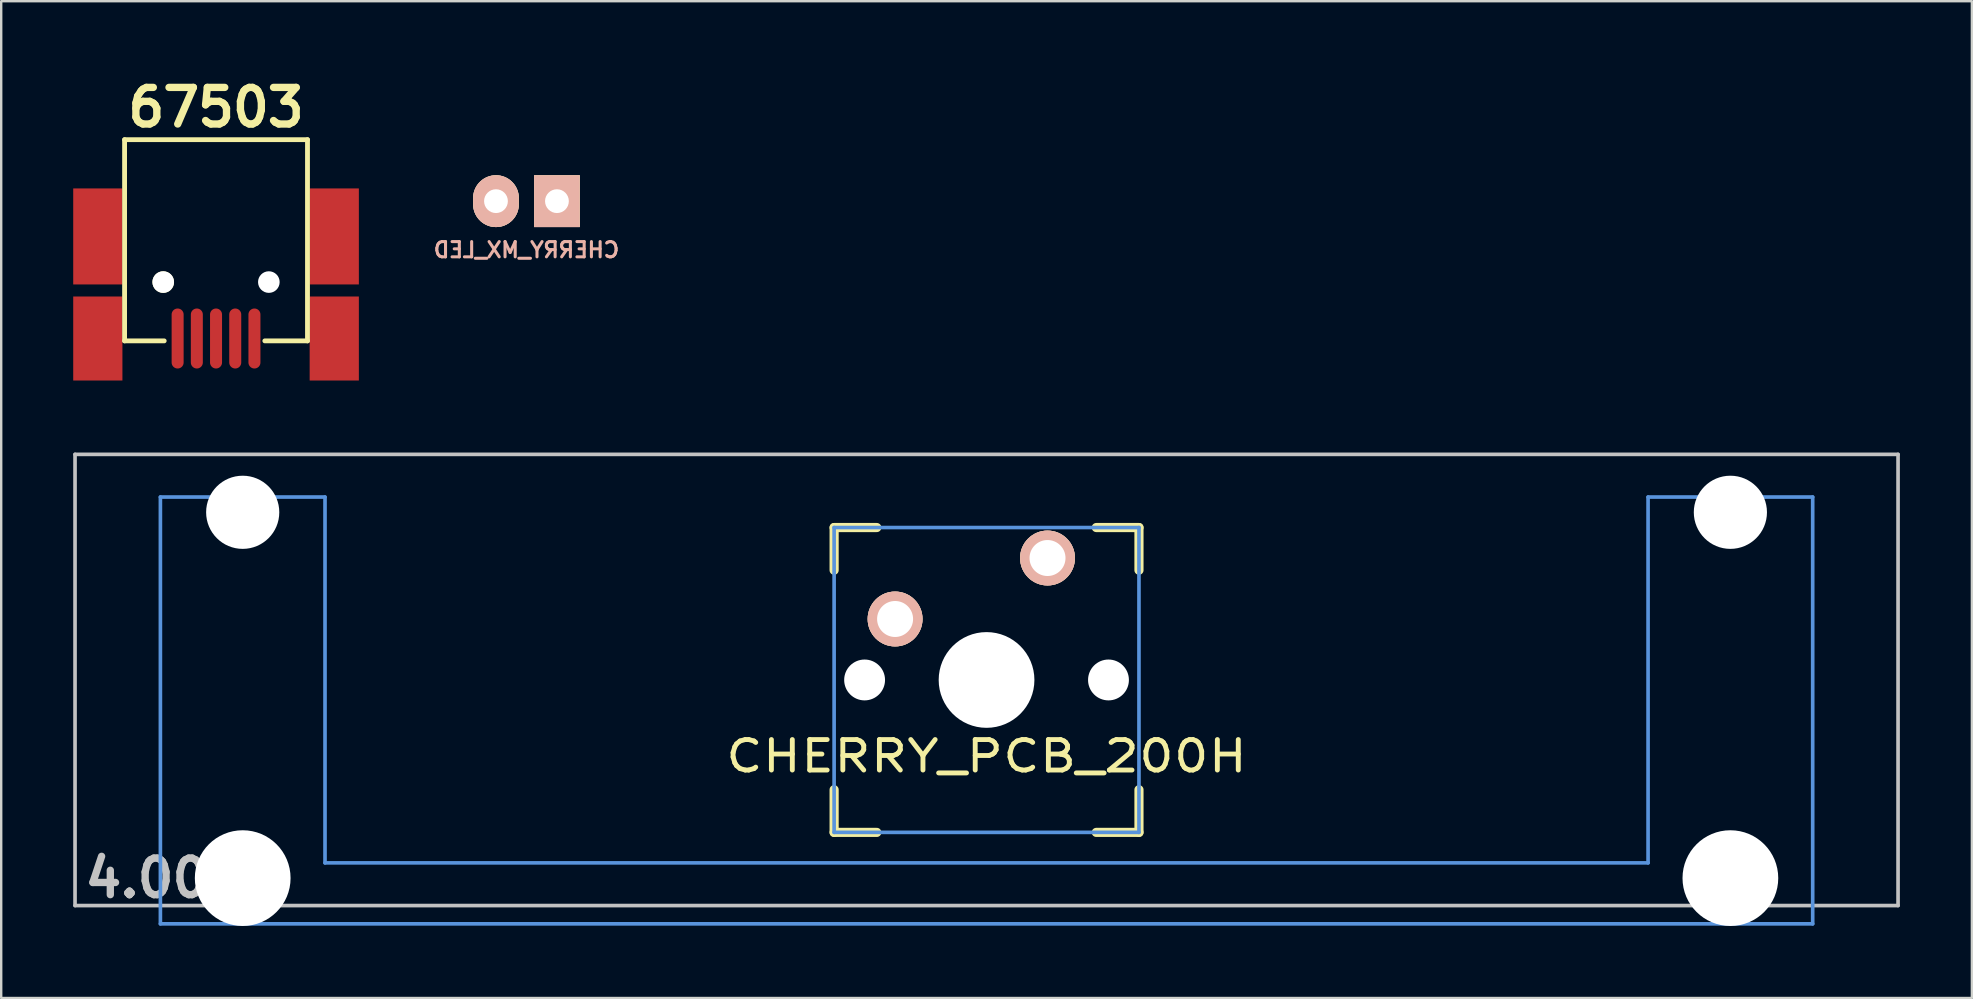
<source format=kicad_pcb>
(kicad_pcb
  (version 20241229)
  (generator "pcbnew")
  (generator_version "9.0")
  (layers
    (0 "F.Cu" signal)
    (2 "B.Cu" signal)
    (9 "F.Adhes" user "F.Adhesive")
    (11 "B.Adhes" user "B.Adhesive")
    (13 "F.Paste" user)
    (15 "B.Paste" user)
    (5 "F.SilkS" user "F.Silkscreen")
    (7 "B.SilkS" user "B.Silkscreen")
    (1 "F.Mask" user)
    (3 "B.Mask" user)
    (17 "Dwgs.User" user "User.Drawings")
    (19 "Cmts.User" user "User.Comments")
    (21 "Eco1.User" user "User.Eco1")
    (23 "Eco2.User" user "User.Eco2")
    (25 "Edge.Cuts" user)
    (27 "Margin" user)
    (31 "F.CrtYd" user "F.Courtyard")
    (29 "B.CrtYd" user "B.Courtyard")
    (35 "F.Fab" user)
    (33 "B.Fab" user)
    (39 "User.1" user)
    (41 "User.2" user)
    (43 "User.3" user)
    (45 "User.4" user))
  (footprint "CHERRY_MX_LED"
    (layer "F.Cu")
    (at 18.882 0.25)
    (property "Reference" "CHERRY_MX_LED" (at 0 7.112 0) (layer "B.SilkS") (effects (font (size 0.635 0.635) (thickness 0.127)) (justify mirror)))
    (attr through_hole)
    (pad "1" thru_hole rect (at 1.27 5.08) (size 1.905 2.159) (drill 0.991) (layers "*.Cu" "*.SilkS" "*.Mask"))
    (pad "2" thru_hole oval (at -1.27 5.08) (size 1.905 2.159) (drill 0.991) (layers "*.Cu" "*.SilkS" "*.Mask")))
  (footprint "CHERRY_PCB_200H"
    (layer "F.Cu")
    (at 38.049 25.277)
    (property "Reference" "CHERRY_PCB_200H" (at 0 3.175 0) (layer "F.SilkS") (effects (font (size 1.27 1.524) (thickness 0.203))))
    (attr through_hole)
    (fp_line (start -6.35 -6.35) (end -4.572 -6.35) (stroke (width 0.381) (type solid)) (layer "F.SilkS"))
    (fp_line (start -6.35 -4.572) (end -6.35 -6.35) (stroke (width 0.381) (type solid)) (layer "F.SilkS"))
    (fp_line (start -6.35 6.35) (end -6.35 4.572) (stroke (width 0.381) (type solid)) (layer "F.SilkS"))
    (fp_line (start -4.572 6.35) (end -6.35 6.35) (stroke (width 0.381) (type solid)) (layer "F.SilkS"))
    (fp_line (start 4.572 -6.35) (end 6.35 -6.35) (stroke (width 0.381) (type solid)) (layer "F.SilkS"))
    (fp_line (start 6.35 -6.35) (end 6.35 -4.572) (stroke (width 0.381) (type solid)) (layer "F.SilkS"))
    (fp_line (start 6.35 4.572) (end 6.35 6.35) (stroke (width 0.381) (type solid)) (layer "F.SilkS"))
    (fp_line (start 6.35 6.35) (end 4.572 6.35) (stroke (width 0.381) (type solid)) (layer "F.SilkS"))
    (fp_line (start -37.973 -9.398) (end 37.973 -9.398) (stroke (width 0.152) (type solid)) (layer "Dwgs.User"))
    (fp_line (start -37.973 9.398) (end -37.973 -9.398) (stroke (width 0.152) (type solid)) (layer "Dwgs.User"))
    (fp_line (start 37.973 -9.398) (end 37.973 9.398) (stroke (width 0.152) (type solid)) (layer "Dwgs.User"))
    (fp_line (start 37.973 9.398) (end -37.973 9.398) (stroke (width 0.152) (type solid)) (layer "Dwgs.User"))
    (fp_line (start -34.417 -7.62) (end -34.417 10.16) (stroke (width 0.152) (type solid)) (layer "Cmts.User"))
    (fp_line (start -34.417 10.16) (end 34.417 10.16) (stroke (width 0.152) (type solid)) (layer "Cmts.User"))
    (fp_line (start -27.559 -7.62) (end -34.417 -7.62) (stroke (width 0.152) (type solid)) (layer "Cmts.User"))
    (fp_line (start -27.559 7.62) (end -27.559 -7.62) (stroke (width 0.152) (type solid)) (layer "Cmts.User"))
    (fp_line (start -6.35 -6.35) (end 6.35 -6.35) (stroke (width 0.152) (type solid)) (layer "Cmts.User"))
    (fp_line (start -6.35 6.35) (end -6.35 -6.35) (stroke (width 0.152) (type solid)) (layer "Cmts.User"))
    (fp_line (start 6.35 -6.35) (end 6.35 6.35) (stroke (width 0.152) (type solid)) (layer "Cmts.User"))
    (fp_line (start 6.35 6.35) (end -6.35 6.35) (stroke (width 0.152) (type solid)) (layer "Cmts.User"))
    (fp_line (start 27.559 -7.62) (end 27.559 7.62) (stroke (width 0.152) (type solid)) (layer "Cmts.User"))
    (fp_line (start 27.559 7.62) (end -27.559 7.62) (stroke (width 0.152) (type solid)) (layer "Cmts.User"))
    (fp_line (start 34.417 -7.62) (end 27.559 -7.62) (stroke (width 0.152) (type solid)) (layer "Cmts.User"))
    (fp_line (start 34.417 10.16) (end 34.417 -7.62) (stroke (width 0.152) (type solid)) (layer "Cmts.User"))
    (fp_line (start -35.179 -2.286) (end -34.315 -2.286) (stroke (width 0.152) (type solid)) (layer "Eco2.User"))
    (fp_line (start -35.179 0.508) (end -35.179 -2.286) (stroke (width 0.152) (type solid)) (layer "Eco2.User"))
    (fp_line (start -34.315 -5.69) (end -27.661 -5.69) (stroke (width 0.152) (type solid)) (layer "Eco2.User"))
    (fp_line (start -34.315 -2.286) (end -34.315 -5.69) (stroke (width 0.152) (type solid)) (layer "Eco2.User"))
    (fp_line (start -34.315 0.508) (end -35.179 0.508) (stroke (width 0.152) (type solid)) (layer "Eco2.User"))
    (fp_line (start -34.315 6.604) (end -34.315 0.508) (stroke (width 0.152) (type solid)) (layer "Eco2.User"))
    (fp_line (start -33.274 6.604) (end -34.315 6.604) (stroke (width 0.152) (type solid)) (layer "Eco2.User"))
    (fp_line (start -33.274 7.772) (end -33.274 6.604) (stroke (width 0.152) (type solid)) (layer "Eco2.User"))
    (fp_line (start -28.702 6.604) (end -28.702 7.772) (stroke (width 0.152) (type solid)) (layer "Eco2.User"))
    (fp_line (start -28.702 7.772) (end -33.274 7.772) (stroke (width 0.152) (type solid)) (layer "Eco2.User"))
    (fp_line (start -27.661 -5.69) (end -27.661 -2.286) (stroke (width 0.152) (type solid)) (layer "Eco2.User"))
    (fp_line (start -27.661 -2.286) (end -6.985 -2.286) (stroke (width 0.15) (type solid)) (layer "Eco2.User"))
    (fp_line (start -27.661 2.286) (end -27.661 6.604) (stroke (width 0.152) (type solid)) (layer "Eco2.User"))
    (fp_line (start -27.661 2.286) (end -6.985 2.286) (stroke (width 0.15) (type solid)) (layer "Eco2.User"))
    (fp_line (start -27.661 6.604) (end -28.702 6.604) (stroke (width 0.152) (type solid)) (layer "Eco2.User"))
    (fp_line (start -6.985 -6.985) (end 6.985 -6.985) (stroke (width 0.152) (type solid)) (layer "Eco2.User"))
    (fp_line (start -6.985 -2.286) (end -6.985 -6.985) (stroke (width 0.152) (type solid)) (layer "Eco2.User"))
    (fp_line (start -6.985 6.985) (end -6.985 2.286) (stroke (width 0.152) (type solid)) (layer "Eco2.User"))
    (fp_line (start 6.985 -6.985) (end 6.985 -2.286) (stroke (width 0.152) (type solid)) (layer "Eco2.User"))
    (fp_line (start 6.985 -2.286) (end 27.661 -2.286) (stroke (width 0.15) (type solid)) (layer "Eco2.User"))
    (fp_line (start 6.985 2.286) (end 6.985 6.985) (stroke (width 0.152) (type solid)) (layer "Eco2.User"))
    (fp_line (start 6.985 2.286) (end 27.661 2.286) (stroke (width 0.15) (type solid)) (layer "Eco2.User"))
    (fp_line (start 6.985 6.985) (end -6.985 6.985) (stroke (width 0.152) (type solid)) (layer "Eco2.User"))
    (fp_line (start 27.661 -5.69) (end 34.315 -5.69) (stroke (width 0.152) (type solid)) (layer "Eco2.User"))
    (fp_line (start 27.661 -2.286) (end 27.661 -5.69) (stroke (width 0.152) (type solid)) (layer "Eco2.User"))
    (fp_line (start 27.661 6.604) (end 27.661 2.286) (stroke (width 0.152) (type solid)) (layer "Eco2.User"))
    (fp_line (start 28.702 6.604) (end 27.661 6.604) (stroke (width 0.152) (type solid)) (layer "Eco2.User"))
    (fp_line (start 28.702 7.772) (end 28.702 6.604) (stroke (width 0.152) (type solid)) (layer "Eco2.User"))
    (fp_line (start 33.274 6.604) (end 33.274 7.772) (stroke (width 0.152) (type solid)) (layer "Eco2.User"))
    (fp_line (start 33.274 7.772) (end 28.702 7.772) (stroke (width 0.152) (type solid)) (layer "Eco2.User"))
    (fp_line (start 34.315 -5.69) (end 34.315 -2.286) (stroke (width 0.152) (type solid)) (layer "Eco2.User"))
    (fp_line (start 34.315 -2.286) (end 35.179 -2.286) (stroke (width 0.152) (type solid)) (layer "Eco2.User"))
    (fp_line (start 34.315 0.508) (end 34.315 6.604) (stroke (width 0.152) (type solid)) (layer "Eco2.User"))
    (fp_line (start 34.315 6.604) (end 33.274 6.604) (stroke (width 0.152) (type solid)) (layer "Eco2.User"))
    (fp_line (start 35.179 -2.286) (end 35.179 0.508) (stroke (width 0.152) (type solid)) (layer "Eco2.User"))
    (fp_line (start 35.179 0.508) (end 34.315 0.508) (stroke (width 0.152) (type solid)) (layer "Eco2.User"))
    (fp_text user "4.00u" (at -34.29 8.255 0) (layer "Dwgs.User") (effects (font (size 1.524 1.524) (thickness 0.305))))
    (pad "" np_thru_hole circle (at -30.988 -6.985) (size 3.048 3.048) (drill 3.048) (layers "*.Cu"))
    (pad "" np_thru_hole circle (at -30.988 8.255) (size 3.988 3.988) (drill 3.988) (layers "*.Cu"))
    (pad "" np_thru_hole circle (at -5.08 0) (size 1.702 1.702) (drill 1.702) (layers "*.Cu"))
    (pad "" np_thru_hole circle (at 0 0) (size 3.988 3.988) (drill 3.988) (layers "*.Cu"))
    (pad "" np_thru_hole circle (at 5.08 0) (size 1.702 1.702) (drill 1.702) (layers "*.Cu"))
    (pad "" np_thru_hole circle (at 30.988 -6.985) (size 3.048 3.048) (drill 3.048) (layers "*.Cu"))
    (pad "" np_thru_hole circle (at 30.988 8.255) (size 3.988 3.988) (drill 3.988) (layers "*.Cu"))
    (pad "1" thru_hole circle (at 2.54 -5.08) (size 2.286 2.286) (drill 1.499) (layers "*.Cu" "*.SilkS" "*.Mask"))
    (pad "2" thru_hole circle (at -3.81 -2.54) (size 2.286 2.286) (drill 1.499) (layers "*.Cu" "*.SilkS" "*.Mask")))
  (footprint "67503"
    (layer "F.Cu")
    (at 5.95 4.801)
    (property "Reference" "67503" (at 0 -3.375 0) (layer "F.SilkS") (effects (font (size 1.524 1.524) (thickness 0.305))))
    (attr smd)
    (fp_line (start -3.81 -2.032) (end 3.81 -2.032) (stroke (width 0.201) (type solid)) (layer "F.SilkS"))
    (fp_line (start -3.81 6.35) (end -3.81 -2.032) (stroke (width 0.201) (type solid)) (layer "F.SilkS"))
    (fp_line (start -2.159 6.35) (end -3.81 6.35) (stroke (width 0.201) (type solid)) (layer "F.SilkS"))
    (fp_line (start 3.81 -2.032) (end 3.81 6.35) (stroke (width 0.201) (type solid)) (layer "F.SilkS"))
    (fp_line (start 3.81 6.35) (end 2.032 6.35) (stroke (width 0.201) (type solid)) (layer "F.SilkS"))
    (pad "" smd rect (at -4.925 1.999) (size 2.05 4) (layers "F.Cu" "F.Mask" "F.Paste"))
    (pad "" smd rect (at -4.925 6.251) (size 2.05 3.5) (layers "F.Cu" "F.Mask" "F.Paste"))
    (pad "" np_thru_hole circle (at -2.2 3.9) (size 0.9 0.9) (drill 0.9) (layers "*.Cu" "*.Mask" "F.SilkS"))
    (pad "" np_thru_hole circle (at 2.2 3.9) (size 0.9 0.9) (drill 0.9) (layers "*.Cu" "*.Mask"))
    (pad "" smd rect (at 4.925 1.999) (size 2.05 4) (layers "F.Cu" "F.Mask" "F.Paste"))
    (pad "" smd rect (at 4.925 6.251) (size 2.05 3.5) (layers "F.Cu" "F.Mask" "F.Paste"))
    (pad "1" smd oval (at 1.6 6.251) (size 0.5 2.5) (layers "F.Cu" "F.Mask" "F.Paste"))
    (pad "2" smd oval (at 0.8 6.251) (size 0.5 2.5) (layers "F.Cu" "F.Mask" "F.Paste"))
    (pad "3" smd oval (at 0 6.251) (size 0.5 2.5) (layers "F.Cu" "F.Mask" "F.Paste"))
    (pad "4" smd oval (at -0.8 6.251) (size 0.5 2.5) (layers "F.Cu" "F.Mask" "F.Paste"))
    (pad "5" smd oval (at -1.6 6.251) (size 0.5 2.5) (layers "F.Cu" "F.Mask" "F.Paste")))
  (gr_rect
    (start -3 -3)
    (end 79.098 38.526)
    (stroke (width 0.1) (type default))
    (fill no)
    (layer "Edge.Cuts")))
</source>
